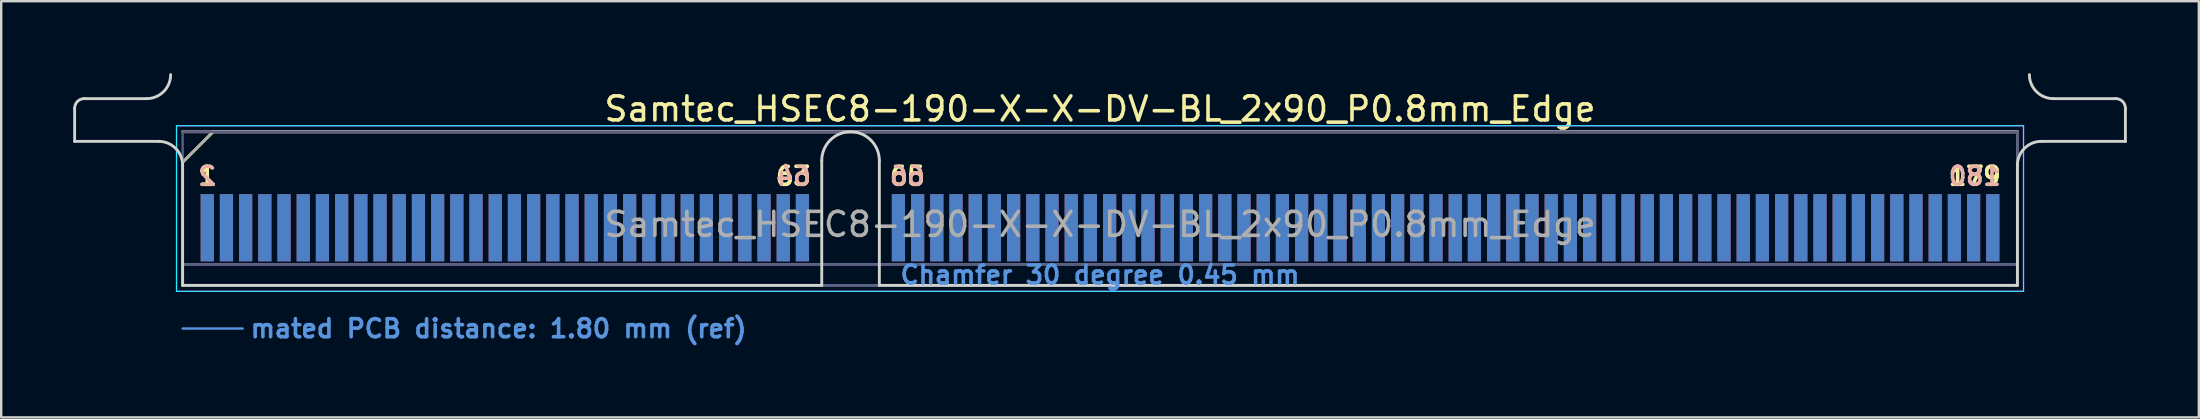
<source format=kicad_pcb>
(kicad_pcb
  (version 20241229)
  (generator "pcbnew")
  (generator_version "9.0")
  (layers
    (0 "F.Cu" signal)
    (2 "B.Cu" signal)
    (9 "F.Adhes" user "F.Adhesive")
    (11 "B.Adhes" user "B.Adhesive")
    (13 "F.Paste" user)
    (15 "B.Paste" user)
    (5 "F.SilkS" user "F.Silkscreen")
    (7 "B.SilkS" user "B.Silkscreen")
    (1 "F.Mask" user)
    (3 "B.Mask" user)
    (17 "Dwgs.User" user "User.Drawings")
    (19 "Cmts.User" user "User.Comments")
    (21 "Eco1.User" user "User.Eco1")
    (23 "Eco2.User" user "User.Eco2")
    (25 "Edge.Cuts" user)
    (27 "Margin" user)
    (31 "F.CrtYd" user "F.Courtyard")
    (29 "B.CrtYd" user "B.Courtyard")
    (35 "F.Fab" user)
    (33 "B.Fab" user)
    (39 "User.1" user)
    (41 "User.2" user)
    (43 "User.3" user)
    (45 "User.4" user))
  (footprint "Samtec_HSEC8-190-X-X-DV-BL_2x90_P0.8mm_Edge"
    (layer "F.Cu")
    (at 42.785 8.84)
    (property "Reference" "Samtec_HSEC8-190-X-X-DV-BL_2x90_P0.8mm_Edge" (at 0 -7.35 0) (layer "F.SilkS") (effects (font (size 1 1) (thickness 0.15))))
    (attr exclude_from_pos_files exclude_from_bom)
    (fp_line (start -38.225 -5.13) (end -36.955 -6.4) (stroke (width 0.12) (type solid)) (layer "F.SilkS"))
    (fp_line (start -36.955 -6.4) (end 38.225 -6.4) (stroke (width 0.12) (type solid)) (layer "F.SilkS"))
    (fp_line (start -38.225 -6.4) (end -38.225 -6.4) (stroke (width 0.12) (type solid)) (layer "B.SilkS"))
    (fp_line (start -38.225 -6.4) (end 38.225 -6.4) (stroke (width 0.12) (type solid)) (layer "B.SilkS"))
    (fp_line (start -38.225 1.8) (end -35.725 1.8) (stroke (width 0.1) (type solid)) (layer "Cmts.User"))
    (fp_line (start -42.725 -6) (end -42.725 -7.38) (stroke (width 0.12) (type solid)) (layer "Edge.Cuts"))
    (fp_line (start -42.325 -7.78) (end -39.725 -7.78) (stroke (width 0.12) (type solid)) (layer "Edge.Cuts"))
    (fp_line (start -39.225 -6) (end -42.725 -6) (stroke (width 0.12) (type solid)) (layer "Edge.Cuts"))
    (fp_line (start -38.225 -5) (end -38.225 0) (stroke (width 0.12) (type solid)) (layer "Edge.Cuts"))
    (fp_line (start -38.225 0) (end -11.595 0) (stroke (width 0.12) (type solid)) (layer "Edge.Cuts"))
    (fp_line (start -11.595 0) (end -11.595 -5.2) (stroke (width 0.12) (type solid)) (layer "Edge.Cuts"))
    (fp_line (start -9.195 -5.2) (end -9.195 0) (stroke (width 0.12) (type solid)) (layer "Edge.Cuts"))
    (fp_line (start -9.195 0) (end 38.225 0) (stroke (width 0.12) (type solid)) (layer "Edge.Cuts"))
    (fp_line (start 38.225 0) (end 38.225 -5) (stroke (width 0.12) (type solid)) (layer "Edge.Cuts"))
    (fp_line (start 39.225 -6) (end 42.725 -6) (stroke (width 0.12) (type solid)) (layer "Edge.Cuts"))
    (fp_line (start 42.325 -7.78) (end 39.725 -7.78) (stroke (width 0.12) (type solid)) (layer "Edge.Cuts"))
    (fp_line (start 42.725 -6) (end 42.725 -7.38) (stroke (width 0.12) (type solid)) (layer "Edge.Cuts"))
    (fp_arc (start -42.725 -7.38) (mid -42.607843 -7.662843) (end -42.325 -7.78) (stroke (width 0.12) (type solid)) (layer "Edge.Cuts"))
    (fp_arc (start -39.225 -6) (mid -38.517893 -5.707107) (end -38.225 -5) (stroke (width 0.12) (type solid)) (layer "Edge.Cuts"))
    (fp_arc (start -38.725 -8.78) (mid -39.017893 -8.072893) (end -39.725 -7.78) (stroke (width 0.12) (type solid)) (layer "Edge.Cuts"))
    (fp_arc (start -11.595 -5.2) (mid -10.395 -6.4) (end -9.195 -5.2) (stroke (width 0.12) (type solid)) (layer "Edge.Cuts"))
    (fp_arc (start 38.225 -5) (mid 38.517893 -5.707107) (end 39.225 -6) (stroke (width 0.12) (type solid)) (layer "Edge.Cuts"))
    (fp_arc (start 39.725 -7.78) (mid 39.017893 -8.072893) (end 38.725 -8.78) (stroke (width 0.12) (type solid)) (layer "Edge.Cuts"))
    (fp_arc (start 42.325 -7.78) (mid 42.607843 -7.662843) (end 42.725 -7.38) (stroke (width 0.12) (type solid)) (layer "Edge.Cuts"))
    (fp_line (start -38.48 -6.65) (end -38.48 0.25) (stroke (width 0.05) (type solid)) (layer "B.CrtYd"))
    (fp_line (start -38.48 0.25) (end 38.48 0.25) (stroke (width 0.05) (type solid)) (layer "B.CrtYd"))
    (fp_line (start 38.48 -6.65) (end -38.48 -6.65) (stroke (width 0.05) (type solid)) (layer "B.CrtYd"))
    (fp_line (start 38.48 0.25) (end 38.48 -6.65) (stroke (width 0.05) (type solid)) (layer "B.CrtYd"))
    (fp_line (start -38.48 -6.65) (end -38.48 0.25) (stroke (width 0.05) (type solid)) (layer "F.CrtYd"))
    (fp_line (start -38.48 0.25) (end 38.48 0.25) (stroke (width 0.05) (type solid)) (layer "F.CrtYd"))
    (fp_line (start 38.48 -6.65) (end -38.48 -6.65) (stroke (width 0.05) (type solid)) (layer "F.CrtYd"))
    (fp_line (start 38.48 0.25) (end 38.48 -6.65) (stroke (width 0.05) (type solid)) (layer "F.CrtYd"))
    (fp_line (start -38.225 -6.4) (end -38.225 -6.4) (stroke (width 0.1) (type solid)) (layer "B.Fab"))
    (fp_line (start -38.225 -6.4) (end -38.225 0) (stroke (width 0.1) (type solid)) (layer "B.Fab"))
    (fp_line (start -38.225 -6.4) (end 38.225 -6.4) (stroke (width 0.1) (type solid)) (layer "B.Fab"))
    (fp_line (start -38.225 -0.88) (end 38.225 -0.88) (stroke (width 0.1) (type solid)) (layer "B.Fab"))
    (fp_line (start -38.225 0) (end 38.225 0) (stroke (width 0.1) (type solid)) (layer "B.Fab"))
    (fp_line (start 38.225 -6.4) (end 38.225 0) (stroke (width 0.1) (type solid)) (layer "B.Fab"))
    (fp_line (start -38.225 -5.13) (end -38.225 0) (stroke (width 0.1) (type solid)) (layer "F.Fab"))
    (fp_line (start -38.225 -5.13) (end -36.955 -6.4) (stroke (width 0.1) (type solid)) (layer "F.Fab"))
    (fp_line (start -38.225 -0.88) (end 38.225 -0.88) (stroke (width 0.1) (type solid)) (layer "F.Fab"))
    (fp_line (start -38.225 0) (end 38.225 0) (stroke (width 0.1) (type solid)) (layer "F.Fab"))
    (fp_line (start -36.955 -6.4) (end 38.225 -6.4) (stroke (width 0.1) (type solid)) (layer "F.Fab"))
    (fp_line (start 38.225 -6.4) (end 38.225 0) (stroke (width 0.1) (type solid)) (layer "F.Fab"))
    (fp_text user "65" (at -8.025 -4.55 0) (layer "F.SilkS") (effects (font (size 0.75 0.75) (thickness 0.15))))
    (fp_text user "1" (at -37.2 -4.55 0) (layer "F.SilkS") (effects (font (size 0.75 0.75) (thickness 0.15))))
    (fp_text user "63" (at -12.775 -4.55 0) (layer "F.SilkS") (effects (font (size 0.75 0.75) (thickness 0.15))))
    (fp_text user "179" (at 36.45 -4.55 0) (layer "F.SilkS") (effects (font (size 0.75 0.75) (thickness 0.15))))
    (fp_text user "64" (at -12.775 -4.55 0) (layer "B.SilkS") (effects (font (size 0.75 0.75) (thickness 0.15)) (justify mirror)))
    (fp_text user "66" (at -8.025 -4.55 0) (layer "B.SilkS") (effects (font (size 0.75 0.75) (thickness 0.15)) (justify mirror)))
    (fp_text user "2" (at -37.2 -4.55 0) (layer "B.SilkS") (effects (font (size 0.75 0.75) (thickness 0.15)) (justify mirror)))
    (fp_text user "180" (at 36.45 -4.55 0) (layer "B.SilkS") (effects (font (size 0.75 0.75) (thickness 0.15)) (justify mirror)))
    (fp_text user "Chamfer 30 degree 0.45 mm" (at 0 -0.44 0) (layer "Cmts.User") (effects (font (size 0.75 0.75) (thickness 0.15))))
    (fp_text user "mated PCB distance: 1.80 mm (ref)" (at -35.48 1.8 0) (layer "Cmts.User") (effects (font (size 0.75 0.75) (thickness 0.15)) (justify left)))
    (fp_text user "${REFERENCE}" (at 0 -2.54 0) (layer "F.Fab") (effects (font (size 1 1) (thickness 0.15))))
    (pad "1" connect rect (at -37.2 -2.4) (size 0.55 2.8) (layers "F.Cu" "F.Mask"))
    (pad "2" connect rect (at -37.2 -2.4) (size 0.55 2.8) (layers "B.Cu" "B.Mask"))
    (pad "3" connect rect (at -36.4 -2.4) (size 0.55 2.8) (layers "F.Cu" "F.Mask"))
    (pad "4" connect rect (at -36.4 -2.4) (size 0.55 2.8) (layers "B.Cu" "B.Mask"))
    (pad "5" connect rect (at -35.6 -2.4) (size 0.55 2.8) (layers "F.Cu" "F.Mask"))
    (pad "6" connect rect (at -35.6 -2.4) (size 0.55 2.8) (layers "B.Cu" "B.Mask"))
    (pad "7" connect rect (at -34.8 -2.4) (size 0.55 2.8) (layers "F.Cu" "F.Mask"))
    (pad "8" connect rect (at -34.8 -2.4) (size 0.55 2.8) (layers "B.Cu" "B.Mask"))
    (pad "9" connect rect (at -34 -2.4) (size 0.55 2.8) (layers "F.Cu" "F.Mask"))
    (pad "10" connect rect (at -34 -2.4) (size 0.55 2.8) (layers "B.Cu" "B.Mask"))
    (pad "11" connect rect (at -33.2 -2.4) (size 0.55 2.8) (layers "F.Cu" "F.Mask"))
    (pad "12" connect rect (at -33.2 -2.4) (size 0.55 2.8) (layers "B.Cu" "B.Mask"))
    (pad "13" connect rect (at -32.4 -2.4) (size 0.55 2.8) (layers "F.Cu" "F.Mask"))
    (pad "14" connect rect (at -32.4 -2.4) (size 0.55 2.8) (layers "B.Cu" "B.Mask"))
    (pad "15" connect rect (at -31.6 -2.4) (size 0.55 2.8) (layers "F.Cu" "F.Mask"))
    (pad "16" connect rect (at -31.6 -2.4) (size 0.55 2.8) (layers "B.Cu" "B.Mask"))
    (pad "17" connect rect (at -30.8 -2.4) (size 0.55 2.8) (layers "F.Cu" "F.Mask"))
    (pad "18" connect rect (at -30.8 -2.4) (size 0.55 2.8) (layers "B.Cu" "B.Mask"))
    (pad "19" connect rect (at -30 -2.4) (size 0.55 2.8) (layers "F.Cu" "F.Mask"))
    (pad "20" connect rect (at -30 -2.4) (size 0.55 2.8) (layers "B.Cu" "B.Mask"))
    (pad "21" connect rect (at -29.2 -2.4) (size 0.55 2.8) (layers "F.Cu" "F.Mask"))
    (pad "22" connect rect (at -29.2 -2.4) (size 0.55 2.8) (layers "B.Cu" "B.Mask"))
    (pad "23" connect rect (at -28.4 -2.4) (size 0.55 2.8) (layers "F.Cu" "F.Mask"))
    (pad "24" connect rect (at -28.4 -2.4) (size 0.55 2.8) (layers "B.Cu" "B.Mask"))
    (pad "25" connect rect (at -27.6 -2.4) (size 0.55 2.8) (layers "F.Cu" "F.Mask"))
    (pad "26" connect rect (at -27.6 -2.4) (size 0.55 2.8) (layers "B.Cu" "B.Mask"))
    (pad "27" connect rect (at -26.8 -2.4) (size 0.55 2.8) (layers "F.Cu" "F.Mask"))
    (pad "28" connect rect (at -26.8 -2.4) (size 0.55 2.8) (layers "B.Cu" "B.Mask"))
    (pad "29" connect rect (at -26 -2.4) (size 0.55 2.8) (layers "F.Cu" "F.Mask"))
    (pad "30" connect rect (at -26 -2.4) (size 0.55 2.8) (layers "B.Cu" "B.Mask"))
    (pad "31" connect rect (at -25.2 -2.4) (size 0.55 2.8) (layers "F.Cu" "F.Mask"))
    (pad "32" connect rect (at -25.2 -2.4) (size 0.55 2.8) (layers "B.Cu" "B.Mask"))
    (pad "33" connect rect (at -24.4 -2.4) (size 0.55 2.8) (layers "F.Cu" "F.Mask"))
    (pad "34" connect rect (at -24.4 -2.4) (size 0.55 2.8) (layers "B.Cu" "B.Mask"))
    (pad "35" connect rect (at -23.6 -2.4) (size 0.55 2.8) (layers "F.Cu" "F.Mask"))
    (pad "36" connect rect (at -23.6 -2.4) (size 0.55 2.8) (layers "B.Cu" "B.Mask"))
    (pad "37" connect rect (at -22.8 -2.4) (size 0.55 2.8) (layers "F.Cu" "F.Mask"))
    (pad "38" connect rect (at -22.8 -2.4) (size 0.55 2.8) (layers "B.Cu" "B.Mask"))
    (pad "39" connect rect (at -22 -2.4) (size 0.55 2.8) (layers "F.Cu" "F.Mask"))
    (pad "40" connect rect (at -22 -2.4) (size 0.55 2.8) (layers "B.Cu" "B.Mask"))
    (pad "41" connect rect (at -21.2 -2.4) (size 0.55 2.8) (layers "F.Cu" "F.Mask"))
    (pad "42" connect rect (at -21.2 -2.4) (size 0.55 2.8) (layers "B.Cu" "B.Mask"))
    (pad "43" connect rect (at -20.4 -2.4) (size 0.55 2.8) (layers "F.Cu" "F.Mask"))
    (pad "44" connect rect (at -20.4 -2.4) (size 0.55 2.8) (layers "B.Cu" "B.Mask"))
    (pad "45" connect rect (at -19.6 -2.4) (size 0.55 2.8) (layers "F.Cu" "F.Mask"))
    (pad "46" connect rect (at -19.6 -2.4) (size 0.55 2.8) (layers "B.Cu" "B.Mask"))
    (pad "47" connect rect (at -18.8 -2.4) (size 0.55 2.8) (layers "F.Cu" "F.Mask"))
    (pad "48" connect rect (at -18.8 -2.4) (size 0.55 2.8) (layers "B.Cu" "B.Mask"))
    (pad "49" connect rect (at -18 -2.4) (size 0.55 2.8) (layers "F.Cu" "F.Mask"))
    (pad "50" connect rect (at -18 -2.4) (size 0.55 2.8) (layers "B.Cu" "B.Mask"))
    (pad "51" connect rect (at -17.2 -2.4) (size 0.55 2.8) (layers "F.Cu" "F.Mask"))
    (pad "52" connect rect (at -17.2 -2.4) (size 0.55 2.8) (layers "B.Cu" "B.Mask"))
    (pad "53" connect rect (at -16.4 -2.4) (size 0.55 2.8) (layers "F.Cu" "F.Mask"))
    (pad "54" connect rect (at -16.4 -2.4) (size 0.55 2.8) (layers "B.Cu" "B.Mask"))
    (pad "55" connect rect (at -15.6 -2.4) (size 0.55 2.8) (layers "F.Cu" "F.Mask"))
    (pad "56" connect rect (at -15.6 -2.4) (size 0.55 2.8) (layers "B.Cu" "B.Mask"))
    (pad "57" connect rect (at -14.8 -2.4) (size 0.55 2.8) (layers "F.Cu" "F.Mask"))
    (pad "58" connect rect (at -14.8 -2.4) (size 0.55 2.8) (layers "B.Cu" "B.Mask"))
    (pad "59" connect rect (at -14 -2.4) (size 0.55 2.8) (layers "F.Cu" "F.Mask"))
    (pad "60" connect rect (at -14 -2.4) (size 0.55 2.8) (layers "B.Cu" "B.Mask"))
    (pad "61" connect rect (at -13.2 -2.4) (size 0.55 2.8) (layers "F.Cu" "F.Mask"))
    (pad "62" connect rect (at -13.2 -2.4) (size 0.55 2.8) (layers "B.Cu" "B.Mask"))
    (pad "63" connect rect (at -12.4 -2.4) (size 0.55 2.8) (layers "F.Cu" "F.Mask"))
    (pad "64" connect rect (at -12.4 -2.4) (size 0.55 2.8) (layers "B.Cu" "B.Mask"))
    (pad "65" connect rect (at -8.4 -2.4) (size 0.55 2.8) (layers "F.Cu" "F.Mask"))
    (pad "66" connect rect (at -8.4 -2.4) (size 0.55 2.8) (layers "B.Cu" "B.Mask"))
    (pad "67" connect rect (at -7.6 -2.4) (size 0.55 2.8) (layers "F.Cu" "F.Mask"))
    (pad "68" connect rect (at -7.6 -2.4) (size 0.55 2.8) (layers "B.Cu" "B.Mask"))
    (pad "69" connect rect (at -6.8 -2.4) (size 0.55 2.8) (layers "F.Cu" "F.Mask"))
    (pad "70" connect rect (at -6.8 -2.4) (size 0.55 2.8) (layers "B.Cu" "B.Mask"))
    (pad "71" connect rect (at -6 -2.4) (size 0.55 2.8) (layers "F.Cu" "F.Mask"))
    (pad "72" connect rect (at -6 -2.4) (size 0.55 2.8) (layers "B.Cu" "B.Mask"))
    (pad "73" connect rect (at -5.2 -2.4) (size 0.55 2.8) (layers "F.Cu" "F.Mask"))
    (pad "74" connect rect (at -5.2 -2.4) (size 0.55 2.8) (layers "B.Cu" "B.Mask"))
    (pad "75" connect rect (at -4.4 -2.4) (size 0.55 2.8) (layers "F.Cu" "F.Mask"))
    (pad "76" connect rect (at -4.4 -2.4) (size 0.55 2.8) (layers "B.Cu" "B.Mask"))
    (pad "77" connect rect (at -3.6 -2.4) (size 0.55 2.8) (layers "F.Cu" "F.Mask"))
    (pad "78" connect rect (at -3.6 -2.4) (size 0.55 2.8) (layers "B.Cu" "B.Mask"))
    (pad "79" connect rect (at -2.8 -2.4) (size 0.55 2.8) (layers "F.Cu" "F.Mask"))
    (pad "80" connect rect (at -2.8 -2.4) (size 0.55 2.8) (layers "B.Cu" "B.Mask"))
    (pad "81" connect rect (at -2 -2.4) (size 0.55 2.8) (layers "F.Cu" "F.Mask"))
    (pad "82" connect rect (at -2 -2.4) (size 0.55 2.8) (layers "B.Cu" "B.Mask"))
    (pad "83" connect rect (at -1.2 -2.4) (size 0.55 2.8) (layers "F.Cu" "F.Mask"))
    (pad "84" connect rect (at -1.2 -2.4) (size 0.55 2.8) (layers "B.Cu" "B.Mask"))
    (pad "85" connect rect (at -0.4 -2.4) (size 0.55 2.8) (layers "F.Cu" "F.Mask"))
    (pad "86" connect rect (at -0.4 -2.4) (size 0.55 2.8) (layers "B.Cu" "B.Mask"))
    (pad "87" connect rect (at 0.4 -2.4) (size 0.55 2.8) (layers "F.Cu" "F.Mask"))
    (pad "88" connect rect (at 0.4 -2.4) (size 0.55 2.8) (layers "B.Cu" "B.Mask"))
    (pad "89" connect rect (at 1.2 -2.4) (size 0.55 2.8) (layers "F.Cu" "F.Mask"))
    (pad "90" connect rect (at 1.2 -2.4) (size 0.55 2.8) (layers "B.Cu" "B.Mask"))
    (pad "91" connect rect (at 2 -2.4) (size 0.55 2.8) (layers "F.Cu" "F.Mask"))
    (pad "92" connect rect (at 2 -2.4) (size 0.55 2.8) (layers "B.Cu" "B.Mask"))
    (pad "93" connect rect (at 2.8 -2.4) (size 0.55 2.8) (layers "F.Cu" "F.Mask"))
    (pad "94" connect rect (at 2.8 -2.4) (size 0.55 2.8) (layers "B.Cu" "B.Mask"))
    (pad "95" connect rect (at 3.6 -2.4) (size 0.55 2.8) (layers "F.Cu" "F.Mask"))
    (pad "96" connect rect (at 3.6 -2.4) (size 0.55 2.8) (layers "B.Cu" "B.Mask"))
    (pad "97" connect rect (at 4.4 -2.4) (size 0.55 2.8) (layers "F.Cu" "F.Mask"))
    (pad "98" connect rect (at 4.4 -2.4) (size 0.55 2.8) (layers "B.Cu" "B.Mask"))
    (pad "99" connect rect (at 5.2 -2.4) (size 0.55 2.8) (layers "F.Cu" "F.Mask"))
    (pad "100" connect rect (at 5.2 -2.4) (size 0.55 2.8) (layers "B.Cu" "B.Mask"))
    (pad "101" connect rect (at 6 -2.4) (size 0.55 2.8) (layers "F.Cu" "F.Mask"))
    (pad "102" connect rect (at 6 -2.4) (size 0.55 2.8) (layers "B.Cu" "B.Mask"))
    (pad "103" connect rect (at 6.8 -2.4) (size 0.55 2.8) (layers "F.Cu" "F.Mask"))
    (pad "104" connect rect (at 6.8 -2.4) (size 0.55 2.8) (layers "B.Cu" "B.Mask"))
    (pad "105" connect rect (at 7.6 -2.4) (size 0.55 2.8) (layers "F.Cu" "F.Mask"))
    (pad "106" connect rect (at 7.6 -2.4) (size 0.55 2.8) (layers "B.Cu" "B.Mask"))
    (pad "107" connect rect (at 8.4 -2.4) (size 0.55 2.8) (layers "F.Cu" "F.Mask"))
    (pad "108" connect rect (at 8.4 -2.4) (size 0.55 2.8) (layers "B.Cu" "B.Mask"))
    (pad "109" connect rect (at 9.2 -2.4) (size 0.55 2.8) (layers "F.Cu" "F.Mask"))
    (pad "110" connect rect (at 9.2 -2.4) (size 0.55 2.8) (layers "B.Cu" "B.Mask"))
    (pad "111" connect rect (at 10 -2.4) (size 0.55 2.8) (layers "F.Cu" "F.Mask"))
    (pad "112" connect rect (at 10 -2.4) (size 0.55 2.8) (layers "B.Cu" "B.Mask"))
    (pad "113" connect rect (at 10.8 -2.4) (size 0.55 2.8) (layers "F.Cu" "F.Mask"))
    (pad "114" connect rect (at 10.8 -2.4) (size 0.55 2.8) (layers "B.Cu" "B.Mask"))
    (pad "115" connect rect (at 11.6 -2.4) (size 0.55 2.8) (layers "F.Cu" "F.Mask"))
    (pad "116" connect rect (at 11.6 -2.4) (size 0.55 2.8) (layers "B.Cu" "B.Mask"))
    (pad "117" connect rect (at 12.4 -2.4) (size 0.55 2.8) (layers "F.Cu" "F.Mask"))
    (pad "118" connect rect (at 12.4 -2.4) (size 0.55 2.8) (layers "B.Cu" "B.Mask"))
    (pad "119" connect rect (at 13.2 -2.4) (size 0.55 2.8) (layers "F.Cu" "F.Mask"))
    (pad "120" connect rect (at 13.2 -2.4) (size 0.55 2.8) (layers "B.Cu" "B.Mask"))
    (pad "121" connect rect (at 14 -2.4) (size 0.55 2.8) (layers "F.Cu" "F.Mask"))
    (pad "122" connect rect (at 14 -2.4) (size 0.55 2.8) (layers "B.Cu" "B.Mask"))
    (pad "123" connect rect (at 14.8 -2.4) (size 0.55 2.8) (layers "F.Cu" "F.Mask"))
    (pad "124" connect rect (at 14.8 -2.4) (size 0.55 2.8) (layers "B.Cu" "B.Mask"))
    (pad "125" connect rect (at 15.6 -2.4) (size 0.55 2.8) (layers "F.Cu" "F.Mask"))
    (pad "126" connect rect (at 15.6 -2.4) (size 0.55 2.8) (layers "B.Cu" "B.Mask"))
    (pad "127" connect rect (at 16.4 -2.4) (size 0.55 2.8) (layers "F.Cu" "F.Mask"))
    (pad "128" connect rect (at 16.4 -2.4) (size 0.55 2.8) (layers "B.Cu" "B.Mask"))
    (pad "129" connect rect (at 17.2 -2.4) (size 0.55 2.8) (layers "F.Cu" "F.Mask"))
    (pad "130" connect rect (at 17.2 -2.4) (size 0.55 2.8) (layers "B.Cu" "B.Mask"))
    (pad "131" connect rect (at 18 -2.4) (size 0.55 2.8) (layers "F.Cu" "F.Mask"))
    (pad "132" connect rect (at 18 -2.4) (size 0.55 2.8) (layers "B.Cu" "B.Mask"))
    (pad "133" connect rect (at 18.8 -2.4) (size 0.55 2.8) (layers "F.Cu" "F.Mask"))
    (pad "134" connect rect (at 18.8 -2.4) (size 0.55 2.8) (layers "B.Cu" "B.Mask"))
    (pad "135" connect rect (at 19.6 -2.4) (size 0.55 2.8) (layers "F.Cu" "F.Mask"))
    (pad "136" connect rect (at 19.6 -2.4) (size 0.55 2.8) (layers "B.Cu" "B.Mask"))
    (pad "137" connect rect (at 20.4 -2.4) (size 0.55 2.8) (layers "F.Cu" "F.Mask"))
    (pad "138" connect rect (at 20.4 -2.4) (size 0.55 2.8) (layers "B.Cu" "B.Mask"))
    (pad "139" connect rect (at 21.2 -2.4) (size 0.55 2.8) (layers "F.Cu" "F.Mask"))
    (pad "140" connect rect (at 21.2 -2.4) (size 0.55 2.8) (layers "B.Cu" "B.Mask"))
    (pad "141" connect rect (at 22 -2.4) (size 0.55 2.8) (layers "F.Cu" "F.Mask"))
    (pad "142" connect rect (at 22 -2.4) (size 0.55 2.8) (layers "B.Cu" "B.Mask"))
    (pad "143" connect rect (at 22.8 -2.4) (size 0.55 2.8) (layers "F.Cu" "F.Mask"))
    (pad "144" connect rect (at 22.8 -2.4) (size 0.55 2.8) (layers "B.Cu" "B.Mask"))
    (pad "145" connect rect (at 23.6 -2.4) (size 0.55 2.8) (layers "F.Cu" "F.Mask"))
    (pad "146" connect rect (at 23.6 -2.4) (size 0.55 2.8) (layers "B.Cu" "B.Mask"))
    (pad "147" connect rect (at 24.4 -2.4) (size 0.55 2.8) (layers "F.Cu" "F.Mask"))
    (pad "148" connect rect (at 24.4 -2.4) (size 0.55 2.8) (layers "B.Cu" "B.Mask"))
    (pad "149" connect rect (at 25.2 -2.4) (size 0.55 2.8) (layers "F.Cu" "F.Mask"))
    (pad "150" connect rect (at 25.2 -2.4) (size 0.55 2.8) (layers "B.Cu" "B.Mask"))
    (pad "151" connect rect (at 26 -2.4) (size 0.55 2.8) (layers "F.Cu" "F.Mask"))
    (pad "152" connect rect (at 26 -2.4) (size 0.55 2.8) (layers "B.Cu" "B.Mask"))
    (pad "153" connect rect (at 26.8 -2.4) (size 0.55 2.8) (layers "F.Cu" "F.Mask"))
    (pad "154" connect rect (at 26.8 -2.4) (size 0.55 2.8) (layers "B.Cu" "B.Mask"))
    (pad "155" connect rect (at 27.6 -2.4) (size 0.55 2.8) (layers "F.Cu" "F.Mask"))
    (pad "156" connect rect (at 27.6 -2.4) (size 0.55 2.8) (layers "B.Cu" "B.Mask"))
    (pad "157" connect rect (at 28.4 -2.4) (size 0.55 2.8) (layers "F.Cu" "F.Mask"))
    (pad "158" connect rect (at 28.4 -2.4) (size 0.55 2.8) (layers "B.Cu" "B.Mask"))
    (pad "159" connect rect (at 29.2 -2.4) (size 0.55 2.8) (layers "F.Cu" "F.Mask"))
    (pad "160" connect rect (at 29.2 -2.4) (size 0.55 2.8) (layers "B.Cu" "B.Mask"))
    (pad "161" connect rect (at 30 -2.4) (size 0.55 2.8) (layers "F.Cu" "F.Mask"))
    (pad "162" connect rect (at 30 -2.4) (size 0.55 2.8) (layers "B.Cu" "B.Mask"))
    (pad "163" connect rect (at 30.8 -2.4) (size 0.55 2.8) (layers "F.Cu" "F.Mask"))
    (pad "164" connect rect (at 30.8 -2.4) (size 0.55 2.8) (layers "B.Cu" "B.Mask"))
    (pad "165" connect rect (at 31.6 -2.4) (size 0.55 2.8) (layers "F.Cu" "F.Mask"))
    (pad "166" connect rect (at 31.6 -2.4) (size 0.55 2.8) (layers "B.Cu" "B.Mask"))
    (pad "167" connect rect (at 32.4 -2.4) (size 0.55 2.8) (layers "F.Cu" "F.Mask"))
    (pad "168" connect rect (at 32.4 -2.4) (size 0.55 2.8) (layers "B.Cu" "B.Mask"))
    (pad "169" connect rect (at 33.2 -2.4) (size 0.55 2.8) (layers "F.Cu" "F.Mask"))
    (pad "170" connect rect (at 33.2 -2.4) (size 0.55 2.8) (layers "B.Cu" "B.Mask"))
    (pad "171" connect rect (at 34 -2.4) (size 0.55 2.8) (layers "F.Cu" "F.Mask"))
    (pad "172" connect rect (at 34 -2.4) (size 0.55 2.8) (layers "B.Cu" "B.Mask"))
    (pad "173" connect rect (at 34.8 -2.4) (size 0.55 2.8) (layers "F.Cu" "F.Mask"))
    (pad "174" connect rect (at 34.8 -2.4) (size 0.55 2.8) (layers "B.Cu" "B.Mask"))
    (pad "175" connect rect (at 35.6 -2.4) (size 0.55 2.8) (layers "F.Cu" "F.Mask"))
    (pad "176" connect rect (at 35.6 -2.4) (size 0.55 2.8) (layers "B.Cu" "B.Mask"))
    (pad "177" connect rect (at 36.4 -2.4) (size 0.55 2.8) (layers "F.Cu" "F.Mask"))
    (pad "178" connect rect (at 36.4 -2.4) (size 0.55 2.8) (layers "B.Cu" "B.Mask"))
    (pad "179" connect rect (at 37.2 -2.4) (size 0.55 2.8) (layers "F.Cu" "F.Mask"))
    (pad "180" connect rect (at 37.2 -2.4) (size 0.55 2.8) (layers "B.Cu" "B.Mask")))
  (gr_rect
    (start -3 -3)
    (end 88.57 14.342)
    (stroke (width 0.1) (type default))
    (fill no)
    (layer "Edge.Cuts")))
</source>
